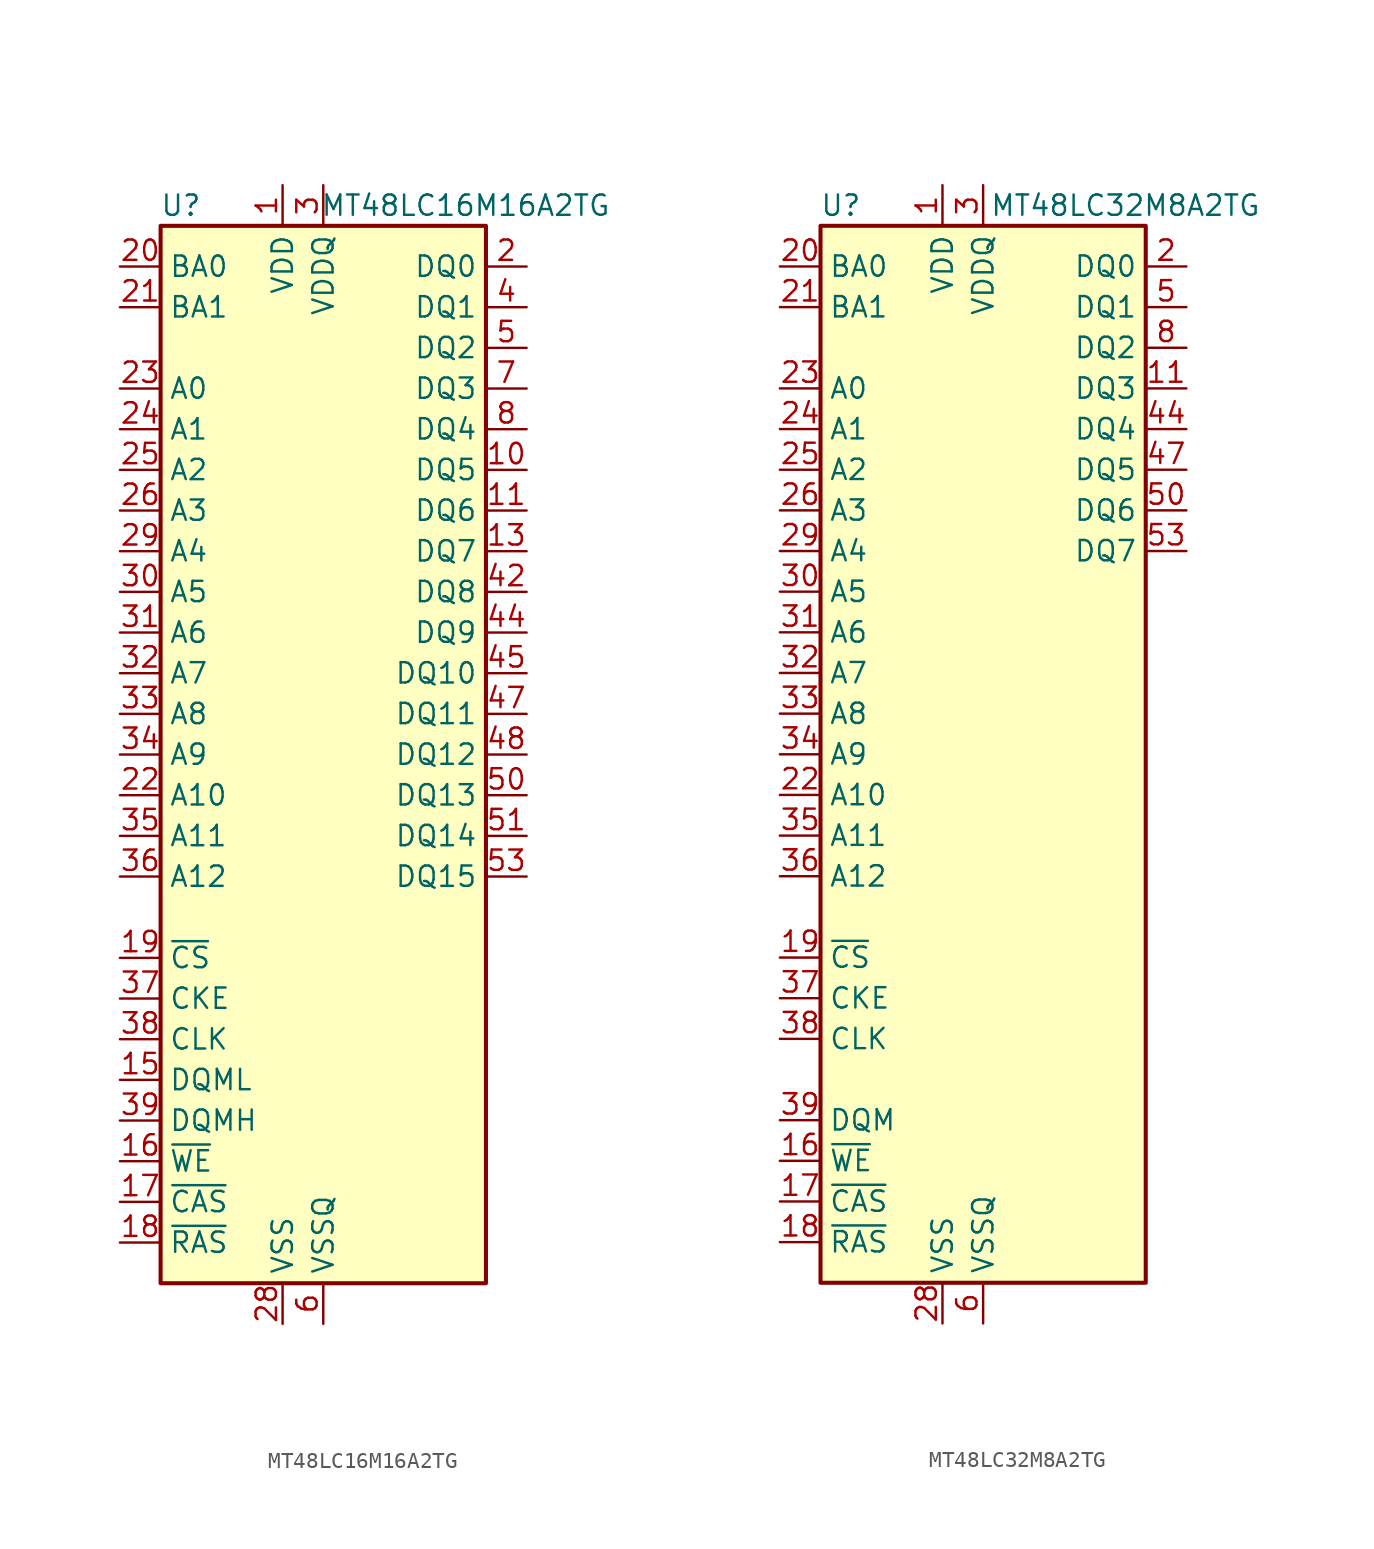
<source format=kicad_sym>
(kicad_symbol_lib
  (version 20241209)
  (generator "kicad_symbol_editor")
  (generator_version "9.0")
  (symbol "MT48LC16M16A2TG"
    (property "Reference" "U"
      (at -8.89 34.29 0)
      (effects (font (size 1.27 1.27))))
    (property "Value" "MT48LC16M16A2TG"
      (at 8.89 34.29 0)
      (effects (font (size 1.27 1.27))))
    (symbol "MT48LC16M16A2TG_0_1"
      (rectangle (start -10.16 33.02) (end 10.16 -33.02) (stroke (width 0.254) (type default)) (fill (type background))))
    (symbol "MT48LC16M16A2TG_1_1"
      (pin input line (at -12.7 30.48 0) (length 2.54) (name "BA0" (effects (font (size 1.27 1.27)))) (number "20" (effects (font (size 1.27 1.27)))))
      (pin input line (at -12.7 27.94 0) (length 2.54) (name "BA1" (effects (font (size 1.27 1.27)))) (number "21" (effects (font (size 1.27 1.27)))))
      (pin input line (at -12.7 22.86 0) (length 2.54) (name "A0" (effects (font (size 1.27 1.27)))) (number "23" (effects (font (size 1.27 1.27)))))
      (pin input line (at -12.7 20.32 0) (length 2.54) (name "A1" (effects (font (size 1.27 1.27)))) (number "24" (effects (font (size 1.27 1.27)))))
      (pin input line (at -12.7 17.78 0) (length 2.54) (name "A2" (effects (font (size 1.27 1.27)))) (number "25" (effects (font (size 1.27 1.27)))))
      (pin input line (at -12.7 15.24 0) (length 2.54) (name "A3" (effects (font (size 1.27 1.27)))) (number "26" (effects (font (size 1.27 1.27)))))
      (pin input line (at -12.7 12.7 0) (length 2.54) (name "A4" (effects (font (size 1.27 1.27)))) (number "29" (effects (font (size 1.27 1.27)))))
      (pin input line (at -12.7 10.16 0) (length 2.54) (name "A5" (effects (font (size 1.27 1.27)))) (number "30" (effects (font (size 1.27 1.27)))))
      (pin input line (at -12.7 7.62 0) (length 2.54) (name "A6" (effects (font (size 1.27 1.27)))) (number "31" (effects (font (size 1.27 1.27)))))
      (pin input line (at -12.7 5.08 0) (length 2.54) (name "A7" (effects (font (size 1.27 1.27)))) (number "32" (effects (font (size 1.27 1.27)))))
      (pin input line (at -12.7 2.54 0) (length 2.54) (name "A8" (effects (font (size 1.27 1.27)))) (number "33" (effects (font (size 1.27 1.27)))))
      (pin input line (at -12.7 0 0) (length 2.54) (name "A9" (effects (font (size 1.27 1.27)))) (number "34" (effects (font (size 1.27 1.27)))))
      (pin input line (at -12.7 -2.54 0) (length 2.54) (name "A10" (effects (font (size 1.27 1.27)))) (number "22" (effects (font (size 1.27 1.27)))))
      (pin input line (at -12.7 -5.08 0) (length 2.54) (name "A11" (effects (font (size 1.27 1.27)))) (number "35" (effects (font (size 1.27 1.27)))))
      (pin input line (at -12.7 -7.62 0) (length 2.54) (name "A12" (effects (font (size 1.27 1.27)))) (number "36" (effects (font (size 1.27 1.27)))))
      (pin input line (at -12.7 -12.7 0) (length 2.54) (name "~{CS}" (effects (font (size 1.27 1.27)))) (number "19" (effects (font (size 1.27 1.27)))))
      (pin input line (at -12.7 -15.24 0) (length 2.54) (name "CKE" (effects (font (size 1.27 1.27)))) (number "37" (effects (font (size 1.27 1.27)))))
      (pin input line (at -12.7 -17.78 0) (length 2.54) (name "CLK" (effects (font (size 1.27 1.27)))) (number "38" (effects (font (size 1.27 1.27)))))
      (pin input line (at -12.7 -20.32 0) (length 2.54) (name "DQML" (effects (font (size 1.27 1.27)))) (number "15" (effects (font (size 1.27 1.27)))))
      (pin input line (at -12.7 -22.86 0) (length 2.54) (name "DQMH" (effects (font (size 1.27 1.27)))) (number "39" (effects (font (size 1.27 1.27)))))
      (pin input line (at -12.7 -25.4 0) (length 2.54) (name "~{WE}" (effects (font (size 1.27 1.27)))) (number "16" (effects (font (size 1.27 1.27)))))
      (pin input line (at -12.7 -27.94 0) (length 2.54) (name "~{CAS}" (effects (font (size 1.27 1.27)))) (number "17" (effects (font (size 1.27 1.27)))))
      (pin input line (at -12.7 -30.48 0) (length 2.54) (name "~{RAS}" (effects (font (size 1.27 1.27)))) (number "18" (effects (font (size 1.27 1.27)))))
      (pin power_in line (at -2.54 35.56 270) (length 2.54) (name "VDD" (effects (font (size 1.27 1.27)))) (number "1" (effects (font (size 1.27 1.27)))))
      (pin passive line (at -2.54 35.56 270) (length 2.54) (hide yes) (name "VDD" (effects (font (size 1.27 1.27)))) (number "14" (effects (font (size 1.27 1.27)))))
      (pin passive line (at -2.54 35.56 270) (length 2.54) (hide yes) (name "VDD" (effects (font (size 1.27 1.27)))) (number "27" (effects (font (size 1.27 1.27)))))
      (pin power_in line (at -2.54 -35.56 90) (length 2.54) (name "VSS" (effects (font (size 1.27 1.27)))) (number "28" (effects (font (size 1.27 1.27)))))
      (pin passive line (at -2.54 -35.56 90) (length 2.54) (hide yes) (name "VSS" (effects (font (size 1.27 1.27)))) (number "41" (effects (font (size 1.27 1.27)))))
      (pin passive line (at -2.54 -35.56 90) (length 2.54) (hide yes) (name "VSS" (effects (font (size 1.27 1.27)))) (number "54" (effects (font (size 1.27 1.27)))))
      (pin power_in line (at 0 35.56 270) (length 2.54) (name "VDDQ" (effects (font (size 1.27 1.27)))) (number "3" (effects (font (size 1.27 1.27)))))
      (pin passive line (at 0 35.56 270) (length 2.54) (hide yes) (name "VDDQ" (effects (font (size 1.27 1.27)))) (number "43" (effects (font (size 1.27 1.27)))))
      (pin passive line (at 0 35.56 270) (length 2.54) (hide yes) (name "VDDQ" (effects (font (size 1.27 1.27)))) (number "49" (effects (font (size 1.27 1.27)))))
      (pin passive line (at 0 35.56 270) (length 2.54) (hide yes) (name "VDDQ" (effects (font (size 1.27 1.27)))) (number "9" (effects (font (size 1.27 1.27)))))
      (pin passive line (at 0 -35.56 90) (length 2.54) (hide yes) (name "VSSQ" (effects (font (size 1.27 1.27)))) (number "12" (effects (font (size 1.27 1.27)))))
      (pin passive line (at 0 -35.56 90) (length 2.54) (hide yes) (name "VSSQ" (effects (font (size 1.27 1.27)))) (number "46" (effects (font (size 1.27 1.27)))))
      (pin passive line (at 0 -35.56 90) (length 2.54) (hide yes) (name "VSSQ" (effects (font (size 1.27 1.27)))) (number "52" (effects (font (size 1.27 1.27)))))
      (pin power_in line (at 0 -35.56 90) (length 2.54) (name "VSSQ" (effects (font (size 1.27 1.27)))) (number "6" (effects (font (size 1.27 1.27)))))
      (pin no_connect line (at 10.16 -20.32 180) (length 2.54) (hide yes) (name "NC" (effects (font (size 1.27 1.27)))) (number "40" (effects (font (size 1.27 1.27)))))
      (pin bidirectional line (at 12.7 30.48 180) (length 2.54) (name "DQ0" (effects (font (size 1.27 1.27)))) (number "2" (effects (font (size 1.27 1.27)))))
      (pin bidirectional line (at 12.7 27.94 180) (length 2.54) (name "DQ1" (effects (font (size 1.27 1.27)))) (number "4" (effects (font (size 1.27 1.27)))))
      (pin bidirectional line (at 12.7 25.4 180) (length 2.54) (name "DQ2" (effects (font (size 1.27 1.27)))) (number "5" (effects (font (size 1.27 1.27)))))
      (pin bidirectional line (at 12.7 22.86 180) (length 2.54) (name "DQ3" (effects (font (size 1.27 1.27)))) (number "7" (effects (font (size 1.27 1.27)))))
      (pin bidirectional line (at 12.7 20.32 180) (length 2.54) (name "DQ4" (effects (font (size 1.27 1.27)))) (number "8" (effects (font (size 1.27 1.27)))))
      (pin bidirectional line (at 12.7 17.78 180) (length 2.54) (name "DQ5" (effects (font (size 1.27 1.27)))) (number "10" (effects (font (size 1.27 1.27)))))
      (pin bidirectional line (at 12.7 15.24 180) (length 2.54) (name "DQ6" (effects (font (size 1.27 1.27)))) (number "11" (effects (font (size 1.27 1.27)))))
      (pin bidirectional line (at 12.7 12.7 180) (length 2.54) (name "DQ7" (effects (font (size 1.27 1.27)))) (number "13" (effects (font (size 1.27 1.27)))))
      (pin bidirectional line (at 12.7 10.16 180) (length 2.54) (name "DQ8" (effects (font (size 1.27 1.27)))) (number "42" (effects (font (size 1.27 1.27)))))
      (pin bidirectional line (at 12.7 7.62 180) (length 2.54) (name "DQ9" (effects (font (size 1.27 1.27)))) (number "44" (effects (font (size 1.27 1.27)))))
      (pin bidirectional line (at 12.7 5.08 180) (length 2.54) (name "DQ10" (effects (font (size 1.27 1.27)))) (number "45" (effects (font (size 1.27 1.27)))))
      (pin bidirectional line (at 12.7 2.54 180) (length 2.54) (name "DQ11" (effects (font (size 1.27 1.27)))) (number "47" (effects (font (size 1.27 1.27)))))
      (pin bidirectional line (at 12.7 0 180) (length 2.54) (name "DQ12" (effects (font (size 1.27 1.27)))) (number "48" (effects (font (size 1.27 1.27)))))
      (pin bidirectional line (at 12.7 -2.54 180) (length 2.54) (name "DQ13" (effects (font (size 1.27 1.27)))) (number "50" (effects (font (size 1.27 1.27)))))
      (pin bidirectional line (at 12.7 -5.08 180) (length 2.54) (name "DQ14" (effects (font (size 1.27 1.27)))) (number "51" (effects (font (size 1.27 1.27)))))
      (pin bidirectional line (at 12.7 -7.62 180) (length 2.54) (name "DQ15" (effects (font (size 1.27 1.27)))) (number "53" (effects (font (size 1.27 1.27)))))))
  (symbol "MT48LC32M8A2TG"
    (property "Reference" "U"
      (at -8.89 34.29 0)
      (effects (font (size 1.27 1.27))))
    (property "Value" "MT48LC32M8A2TG"
      (at 8.89 34.29 0)
      (effects (font (size 1.27 1.27))))
    (symbol "MT48LC32M8A2TG_0_1"
      (rectangle (start -10.16 33.02) (end 10.16 -33.02) (stroke (width 0.254) (type default)) (fill (type background))))
    (symbol "MT48LC32M8A2TG_1_1"
      (pin input line (at -12.7 30.48 0) (length 2.54) (name "BA0" (effects (font (size 1.27 1.27)))) (number "20" (effects (font (size 1.27 1.27)))))
      (pin input line (at -12.7 27.94 0) (length 2.54) (name "BA1" (effects (font (size 1.27 1.27)))) (number "21" (effects (font (size 1.27 1.27)))))
      (pin input line (at -12.7 22.86 0) (length 2.54) (name "A0" (effects (font (size 1.27 1.27)))) (number "23" (effects (font (size 1.27 1.27)))))
      (pin input line (at -12.7 20.32 0) (length 2.54) (name "A1" (effects (font (size 1.27 1.27)))) (number "24" (effects (font (size 1.27 1.27)))))
      (pin input line (at -12.7 17.78 0) (length 2.54) (name "A2" (effects (font (size 1.27 1.27)))) (number "25" (effects (font (size 1.27 1.27)))))
      (pin input line (at -12.7 15.24 0) (length 2.54) (name "A3" (effects (font (size 1.27 1.27)))) (number "26" (effects (font (size 1.27 1.27)))))
      (pin input line (at -12.7 12.7 0) (length 2.54) (name "A4" (effects (font (size 1.27 1.27)))) (number "29" (effects (font (size 1.27 1.27)))))
      (pin input line (at -12.7 10.16 0) (length 2.54) (name "A5" (effects (font (size 1.27 1.27)))) (number "30" (effects (font (size 1.27 1.27)))))
      (pin input line (at -12.7 7.62 0) (length 2.54) (name "A6" (effects (font (size 1.27 1.27)))) (number "31" (effects (font (size 1.27 1.27)))))
      (pin input line (at -12.7 5.08 0) (length 2.54) (name "A7" (effects (font (size 1.27 1.27)))) (number "32" (effects (font (size 1.27 1.27)))))
      (pin input line (at -12.7 2.54 0) (length 2.54) (name "A8" (effects (font (size 1.27 1.27)))) (number "33" (effects (font (size 1.27 1.27)))))
      (pin input line (at -12.7 0 0) (length 2.54) (name "A9" (effects (font (size 1.27 1.27)))) (number "34" (effects (font (size 1.27 1.27)))))
      (pin input line (at -12.7 -2.54 0) (length 2.54) (name "A10" (effects (font (size 1.27 1.27)))) (number "22" (effects (font (size 1.27 1.27)))))
      (pin input line (at -12.7 -5.08 0) (length 2.54) (name "A11" (effects (font (size 1.27 1.27)))) (number "35" (effects (font (size 1.27 1.27)))))
      (pin input line (at -12.7 -7.62 0) (length 2.54) (name "A12" (effects (font (size 1.27 1.27)))) (number "36" (effects (font (size 1.27 1.27)))))
      (pin input line (at -12.7 -12.7 0) (length 2.54) (name "~{CS}" (effects (font (size 1.27 1.27)))) (number "19" (effects (font (size 1.27 1.27)))))
      (pin input line (at -12.7 -15.24 0) (length 2.54) (name "CKE" (effects (font (size 1.27 1.27)))) (number "37" (effects (font (size 1.27 1.27)))))
      (pin input line (at -12.7 -17.78 0) (length 2.54) (name "CLK" (effects (font (size 1.27 1.27)))) (number "38" (effects (font (size 1.27 1.27)))))
      (pin input line (at -12.7 -22.86 0) (length 2.54) (name "DQM" (effects (font (size 1.27 1.27)))) (number "39" (effects (font (size 1.27 1.27)))))
      (pin input line (at -12.7 -25.4 0) (length 2.54) (name "~{WE}" (effects (font (size 1.27 1.27)))) (number "16" (effects (font (size 1.27 1.27)))))
      (pin input line (at -12.7 -27.94 0) (length 2.54) (name "~{CAS}" (effects (font (size 1.27 1.27)))) (number "17" (effects (font (size 1.27 1.27)))))
      (pin input line (at -12.7 -30.48 0) (length 2.54) (name "~{RAS}" (effects (font (size 1.27 1.27)))) (number "18" (effects (font (size 1.27 1.27)))))
      (pin no_connect line (at -10.16 -20.32 0) (length 2.54) (hide yes) (name "NC" (effects (font (size 1.27 1.27)))) (number "15" (effects (font (size 1.27 1.27)))))
      (pin power_in line (at -2.54 35.56 270) (length 2.54) (name "VDD" (effects (font (size 1.27 1.27)))) (number "1" (effects (font (size 1.27 1.27)))))
      (pin passive line (at -2.54 35.56 270) (length 2.54) (hide yes) (name "VDD" (effects (font (size 1.27 1.27)))) (number "14" (effects (font (size 1.27 1.27)))))
      (pin passive line (at -2.54 35.56 270) (length 2.54) (hide yes) (name "VDD" (effects (font (size 1.27 1.27)))) (number "27" (effects (font (size 1.27 1.27)))))
      (pin power_in line (at -2.54 -35.56 90) (length 2.54) (name "VSS" (effects (font (size 1.27 1.27)))) (number "28" (effects (font (size 1.27 1.27)))))
      (pin passive line (at -2.54 -35.56 90) (length 2.54) (hide yes) (name "VSS" (effects (font (size 1.27 1.27)))) (number "41" (effects (font (size 1.27 1.27)))))
      (pin passive line (at -2.54 -35.56 90) (length 2.54) (hide yes) (name "VSS" (effects (font (size 1.27 1.27)))) (number "54" (effects (font (size 1.27 1.27)))))
      (pin power_in line (at 0 35.56 270) (length 2.54) (name "VDDQ" (effects (font (size 1.27 1.27)))) (number "3" (effects (font (size 1.27 1.27)))))
      (pin passive line (at 0 35.56 270) (length 2.54) (hide yes) (name "VDDQ" (effects (font (size 1.27 1.27)))) (number "43" (effects (font (size 1.27 1.27)))))
      (pin passive line (at 0 35.56 270) (length 2.54) (hide yes) (name "VDDQ" (effects (font (size 1.27 1.27)))) (number "49" (effects (font (size 1.27 1.27)))))
      (pin passive line (at 0 35.56 270) (length 2.54) (hide yes) (name "VDDQ" (effects (font (size 1.27 1.27)))) (number "9" (effects (font (size 1.27 1.27)))))
      (pin passive line (at 0 -35.56 90) (length 2.54) (hide yes) (name "VSSQ" (effects (font (size 1.27 1.27)))) (number "12" (effects (font (size 1.27 1.27)))))
      (pin passive line (at 0 -35.56 90) (length 2.54) (hide yes) (name "VSSQ" (effects (font (size 1.27 1.27)))) (number "46" (effects (font (size 1.27 1.27)))))
      (pin passive line (at 0 -35.56 90) (length 2.54) (hide yes) (name "VSSQ" (effects (font (size 1.27 1.27)))) (number "52" (effects (font (size 1.27 1.27)))))
      (pin power_in line (at 0 -35.56 90) (length 2.54) (name "VSSQ" (effects (font (size 1.27 1.27)))) (number "6" (effects (font (size 1.27 1.27)))))
      (pin no_connect line (at 10.16 10.16 180) (length 2.54) (hide yes) (name "NC" (effects (font (size 1.27 1.27)))) (number "42" (effects (font (size 1.27 1.27)))))
      (pin no_connect line (at 10.16 7.62 180) (length 2.54) (hide yes) (name "NC" (effects (font (size 1.27 1.27)))) (number "13" (effects (font (size 1.27 1.27)))))
      (pin no_connect line (at 10.16 5.08 180) (length 2.54) (hide yes) (name "NC" (effects (font (size 1.27 1.27)))) (number "45" (effects (font (size 1.27 1.27)))))
      (pin no_connect line (at 10.16 2.54 180) (length 2.54) (hide yes) (name "NC" (effects (font (size 1.27 1.27)))) (number "10" (effects (font (size 1.27 1.27)))))
      (pin no_connect line (at 10.16 0 180) (length 2.54) (hide yes) (name "NC" (effects (font (size 1.27 1.27)))) (number "48" (effects (font (size 1.27 1.27)))))
      (pin no_connect line (at 10.16 -2.54 180) (length 2.54) (hide yes) (name "NC" (effects (font (size 1.27 1.27)))) (number "7" (effects (font (size 1.27 1.27)))))
      (pin no_connect line (at 10.16 -5.08 180) (length 2.54) (hide yes) (name "NC" (effects (font (size 1.27 1.27)))) (number "51" (effects (font (size 1.27 1.27)))))
      (pin no_connect line (at 10.16 -7.62 180) (length 2.54) (hide yes) (name "NC" (effects (font (size 1.27 1.27)))) (number "4" (effects (font (size 1.27 1.27)))))
      (pin no_connect line (at 10.16 -20.32 180) (length 2.54) (hide yes) (name "NC" (effects (font (size 1.27 1.27)))) (number "40" (effects (font (size 1.27 1.27)))))
      (pin bidirectional line (at 12.7 30.48 180) (length 2.54) (name "DQ0" (effects (font (size 1.27 1.27)))) (number "2" (effects (font (size 1.27 1.27)))))
      (pin bidirectional line (at 12.7 27.94 180) (length 2.54) (name "DQ1" (effects (font (size 1.27 1.27)))) (number "5" (effects (font (size 1.27 1.27)))))
      (pin bidirectional line (at 12.7 25.4 180) (length 2.54) (name "DQ2" (effects (font (size 1.27 1.27)))) (number "8" (effects (font (size 1.27 1.27)))))
      (pin bidirectional line (at 12.7 22.86 180) (length 2.54) (name "DQ3" (effects (font (size 1.27 1.27)))) (number "11" (effects (font (size 1.27 1.27)))))
      (pin bidirectional line (at 12.7 20.32 180) (length 2.54) (name "DQ4" (effects (font (size 1.27 1.27)))) (number "44" (effects (font (size 1.27 1.27)))))
      (pin bidirectional line (at 12.7 17.78 180) (length 2.54) (name "DQ5" (effects (font (size 1.27 1.27)))) (number "47" (effects (font (size 1.27 1.27)))))
      (pin bidirectional line (at 12.7 15.24 180) (length 2.54) (name "DQ6" (effects (font (size 1.27 1.27)))) (number "50" (effects (font (size 1.27 1.27)))))
      (pin bidirectional line (at 12.7 12.7 180) (length 2.54) (name "DQ7" (effects (font (size 1.27 1.27)))) (number "53" (effects (font (size 1.27 1.27))))))))
</source>
